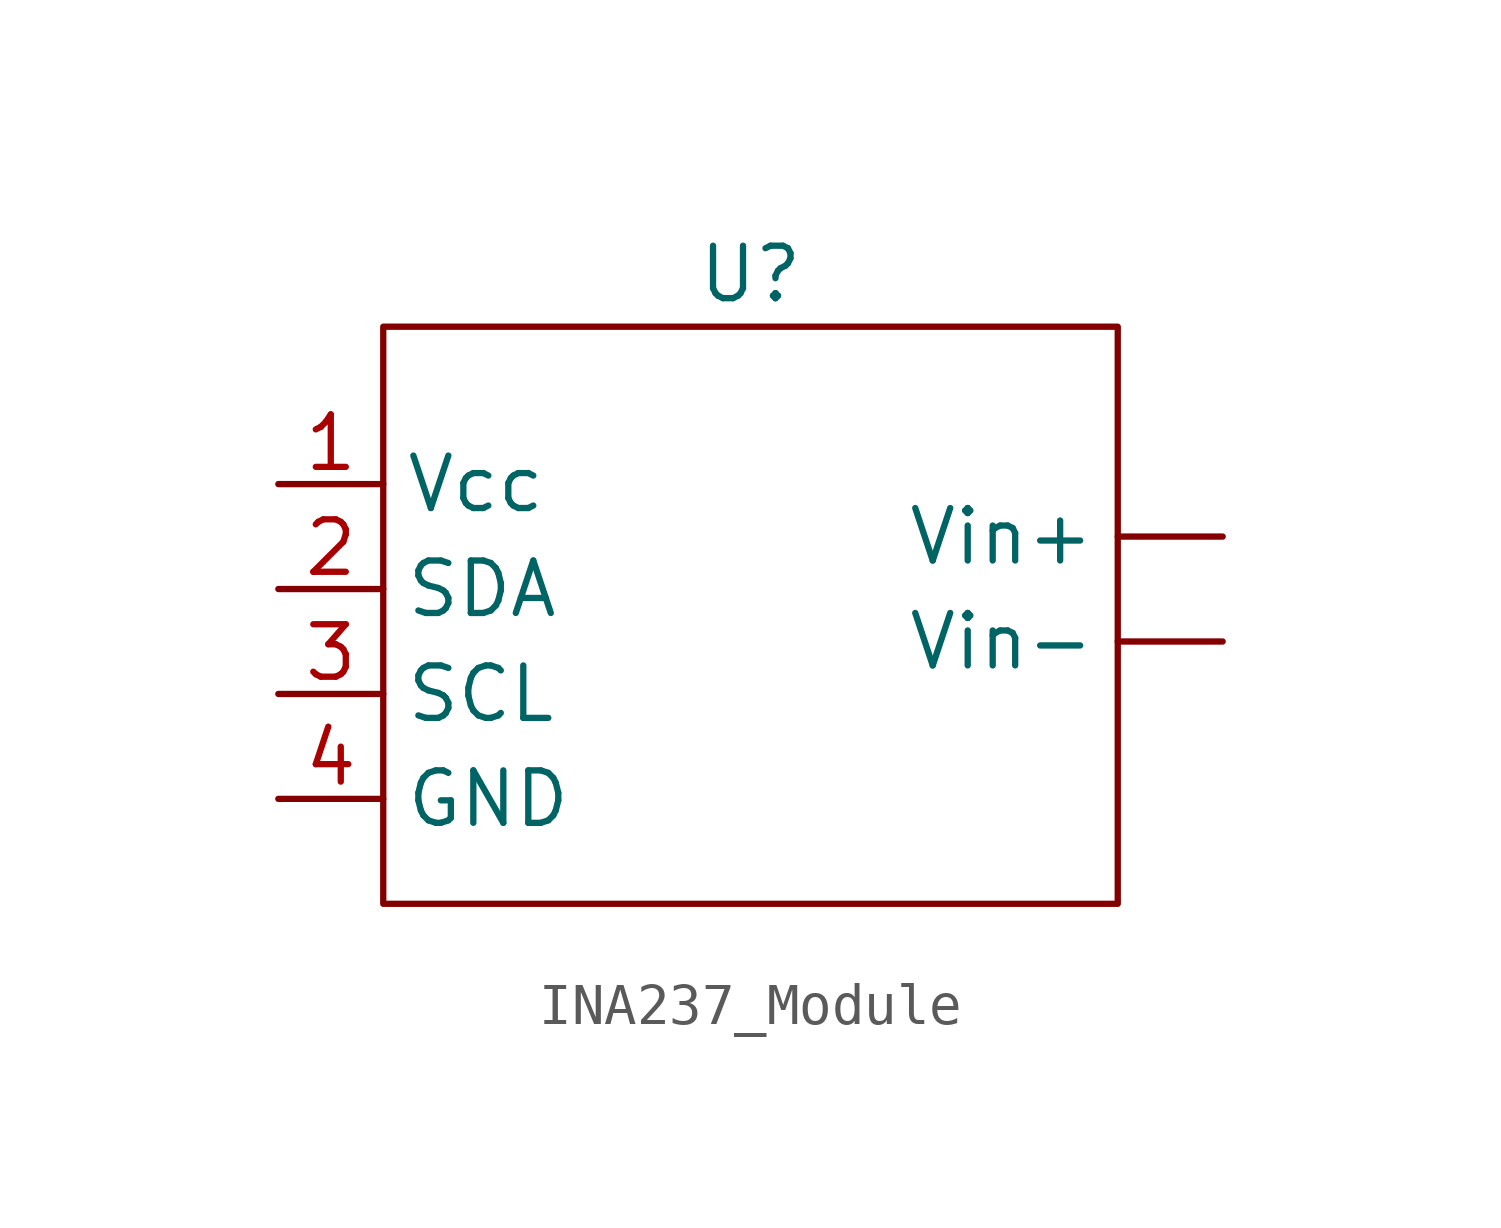
<source format=kicad_sym>
(kicad_symbol_lib
  (version 20241209)
  (generator "kicad_symbol_editor")
  (generator_version "9.0")
  (symbol "INA237_Module"
    (property "Reference" "U"
      (at -2.54 0 0)
      (effects (font (size 1.27 1.27))))
    (property "Value" ""
      (at 0 0 0)
      (effects (font (size 1.27 1.27))))
    (symbol "INA237_Module_0_1"
      (rectangle (start -11.43 -1.27) (end 6.35 -15.24) (stroke (width 0) (type default)) (fill (type none))))
    (symbol "INA237_Module_1_1"
      (pin input line (at -13.97 -5.08 0) (length 2.54) (name "Vcc" (effects (font (size 1.27 1.27)))) (number "1" (effects (font (size 1.27 1.27)))))
      (pin bidirectional line (at -13.97 -7.62 0) (length 2.54) (name "SDA" (effects (font (size 1.27 1.27)))) (number "2" (effects (font (size 1.27 1.27)))))
      (pin bidirectional line (at -13.97 -10.16 0) (length 2.54) (name "SCL" (effects (font (size 1.27 1.27)))) (number "3" (effects (font (size 1.27 1.27)))))
      (pin input line (at -13.97 -12.7 0) (length 2.54) (name "GND" (effects (font (size 1.27 1.27)))) (number "4" (effects (font (size 1.27 1.27)))))
      (pin input line (at 8.89 -6.35 180) (length 2.54) (name "Vin+" (effects (font (size 1.27 1.27)))) (number "" (effects (font (size 1.27 1.27)))))
      (pin input line (at 8.89 -8.89 180) (length 2.54) (name "Vin-" (effects (font (size 1.27 1.27)))) (number "" (effects (font (size 1.27 1.27))))))))
</source>
